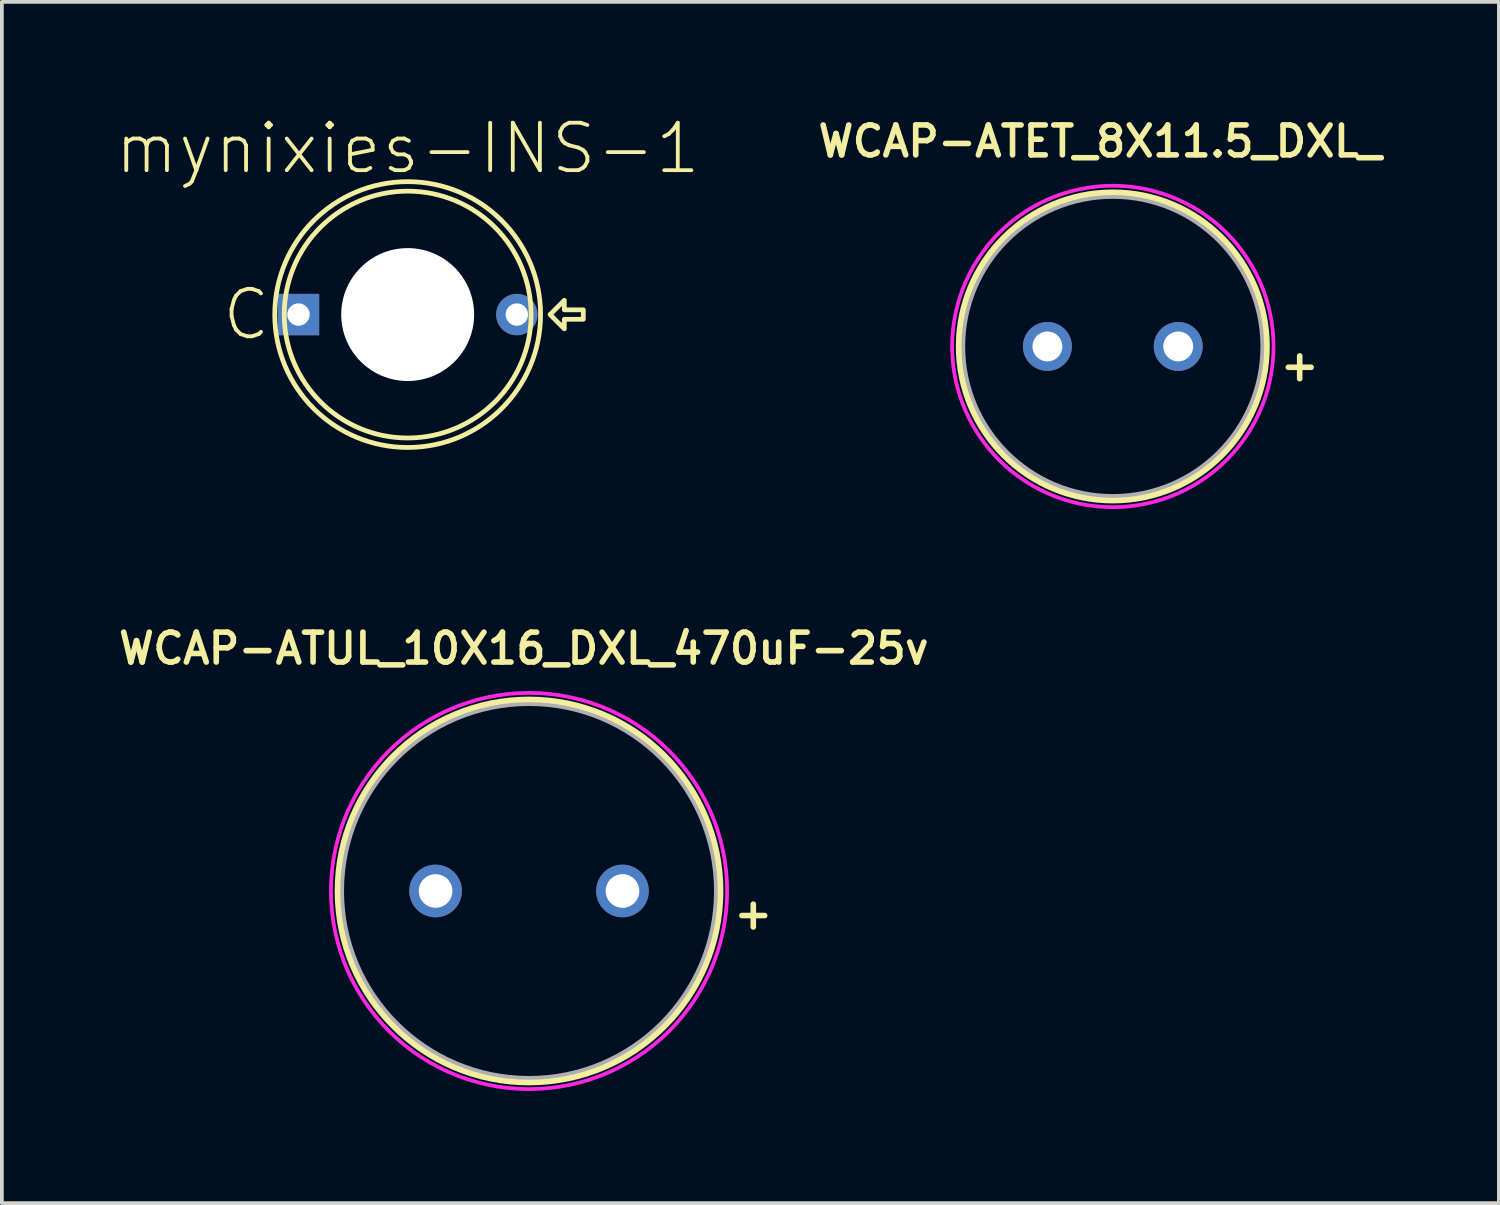
<source format=kicad_pcb>
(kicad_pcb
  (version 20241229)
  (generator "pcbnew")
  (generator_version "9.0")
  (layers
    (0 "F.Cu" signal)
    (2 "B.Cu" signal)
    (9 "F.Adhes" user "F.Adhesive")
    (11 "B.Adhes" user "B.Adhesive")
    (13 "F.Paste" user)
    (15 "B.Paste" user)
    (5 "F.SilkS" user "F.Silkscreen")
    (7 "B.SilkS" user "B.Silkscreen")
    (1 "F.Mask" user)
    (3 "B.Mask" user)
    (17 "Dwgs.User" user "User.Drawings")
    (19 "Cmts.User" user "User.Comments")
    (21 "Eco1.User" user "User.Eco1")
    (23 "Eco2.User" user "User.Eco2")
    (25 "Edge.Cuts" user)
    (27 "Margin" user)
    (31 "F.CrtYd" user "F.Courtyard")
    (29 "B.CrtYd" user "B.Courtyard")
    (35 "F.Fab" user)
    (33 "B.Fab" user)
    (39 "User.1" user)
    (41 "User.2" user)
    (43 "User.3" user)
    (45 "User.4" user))
  (footprint "WCAP-ATUL_10X16_DXL_470uF-25v"
    (layer "F.Cu")
    (at 11.104 20.788)
    (property "Reference" "WCAP-ATUL_10X16_DXL_470uF-25v" (at -0.14 -6.488 0) (layer "F.SilkS") (effects (font (size 0.8 0.8) (thickness 0.15))))
    (attr through_hole)
    (fp_circle (center 0 0) (end 5.1 0) (stroke (width 0.2) (type solid)) (fill no) (layer "F.SilkS"))
    (fp_poly (pts (xy 0 5.3) (xy -0.277 5.293) (xy -0.554 5.271) (xy -0.829 5.235) (xy -1.102 5.184) (xy -1.372 5.119) (xy -1.638 5.041) (xy -1.899 4.948) (xy -2.156 4.842) (xy -2.406 4.722) (xy -2.65 4.59) (xy -2.887 4.445) (xy -3.115 4.288) (xy -3.335 4.119) (xy -3.546 3.939) (xy -3.748 3.748) (xy -3.939 3.546) (xy -4.119 3.335) (xy -4.288 3.115) (xy -4.445 2.887) (xy -4.59 2.65) (xy -4.722 2.406) (xy -4.842 2.156) (xy -4.948 1.899) (xy -5.041 1.638) (xy -5.119 1.372) (xy -5.184 1.102) (xy -5.235 0.829) (xy -5.271 0.554) (xy -5.293 0.277) (xy -5.3 0) (xy -5.293 -0.277) (xy -5.271 -0.554) (xy -5.235 -0.829) (xy -5.184 -1.102) (xy -5.119 -1.372) (xy -5.041 -1.638) (xy -4.948 -1.899) (xy -4.842 -2.156) (xy -4.722 -2.406) (xy -4.59 -2.65) (xy -4.445 -2.887) (xy -4.288 -3.115) (xy -4.119 -3.335) (xy -3.939 -3.546) (xy -3.748 -3.748) (xy -3.546 -3.939) (xy -3.335 -4.119) (xy -3.115 -4.288) (xy -2.887 -4.445) (xy -2.65 -4.59) (xy -2.406 -4.722) (xy -2.156 -4.842) (xy -1.899 -4.948) (xy -1.638 -5.041) (xy -1.372 -5.119) (xy -1.102 -5.184) (xy -0.829 -5.235) (xy -0.554 -5.271) (xy -0.277 -5.293) (xy 0 -5.3) (xy 0.277 -5.293) (xy 0.554 -5.271) (xy 0.829 -5.235) (xy 1.102 -5.184) (xy 1.372 -5.119) (xy 1.638 -5.041) (xy 1.899 -4.948) (xy 2.156 -4.842) (xy 2.406 -4.722) (xy 2.65 -4.59) (xy 2.887 -4.445) (xy 3.115 -4.288) (xy 3.335 -4.119) (xy 3.546 -3.939) (xy 3.748 -3.748) (xy 3.939 -3.546) (xy 4.119 -3.335) (xy 4.288 -3.115) (xy 4.445 -2.887) (xy 4.59 -2.65) (xy 4.722 -2.406) (xy 4.842 -2.156) (xy 4.948 -1.899) (xy 5.041 -1.638) (xy 5.119 -1.372) (xy 5.184 -1.102) (xy 5.235 -0.829) (xy 5.271 -0.554) (xy 5.293 -0.277) (xy 5.3 0) (xy 5.293 0.277) (xy 5.271 0.554) (xy 5.235 0.829) (xy 5.184 1.102) (xy 5.119 1.372) (xy 5.041 1.638) (xy 4.948 1.899) (xy 4.842 2.156) (xy 4.722 2.406) (xy 4.59 2.65) (xy 4.445 2.887) (xy 4.288 3.115) (xy 4.119 3.335) (xy 3.939 3.546) (xy 3.748 3.748) (xy 3.546 3.939) (xy 3.335 4.119) (xy 3.115 4.288) (xy 2.887 4.445) (xy 2.65 4.59) (xy 2.406 4.722) (xy 2.156 4.842) (xy 1.899 4.948) (xy 1.638 5.041) (xy 1.372 5.119) (xy 1.102 5.184) (xy 0.829 5.235) (xy 0.554 5.271) (xy 0.277 5.293) (xy 0 5.3)) (stroke (width 0.1) (type solid)) (fill no) (layer "F.CrtYd"))
    (fp_circle (center 0 0) (end 5 0) (stroke (width 0.1) (type solid)) (fill no) (layer "F.Fab"))
    (fp_text user "+" (at 6 0.6 0) (layer "F.SilkS") (effects (font (size 0.8 0.8) (thickness 0.15))))
    (pad "1" thru_hole circle (at 2.5 0) (size 1.408 1.408) (drill 0.9) (layers "*.Cu" "*.Mask"))
    (pad "2" thru_hole circle (at -2.5 0) (size 1.408 1.408) (drill 0.9) (layers "*.Cu" "*.Mask")))
  (footprint "mynixies-INS-1"
    (layer "F.Cu")
    (at 7.857 5.366)
    (property "Reference" "mynixies-INS-1" (at 0 -4.445 0) (layer "F.SilkS") (effects (font (size 1.27 1.27) (thickness 0.102))))
    (attr exclude_from_pos_files exclude_from_bom)
    (fp_circle (center 0 0) (end 0 -3.556) (stroke (width 0.127) (type solid)) (fill no) (layer "F.SilkS"))
    (fp_circle (center 0 0) (end 0 -3.302) (stroke (width 0.127) (type solid)) (fill no) (layer "F.SilkS"))
    (fp_poly (pts (xy 3.81 0) (xy 4.191 -0.381) (xy 4.191 -0.127) (xy 4.699 -0.127) (xy 4.699 0.127) (xy 4.191 0.127) (xy 4.191 0.381) (xy 3.81 0)) (stroke (width 0.127) (type solid)) (fill no) (layer "F.SilkS"))
    (fp_text user "C" (at -4.318 0 0) (layer "F.SilkS") (effects (font (size 1.27 1.27) (thickness 0.102))))
    (pad "" np_thru_hole circle (at 0 0) (size 3.556 3.556) (drill 3.556) (layers "*.Cu" "*.Mask"))
    (pad "P$1" thru_hole rect (at -2.921 0) (size 1.107 1.107) (drill 0.599) (layers "*.Cu" "*.Mask"))
    (pad "P$2" thru_hole circle (at 2.921 0) (size 1.107 1.107) (drill 0.599) (layers "*.Cu" "*.Mask")))
  (footprint "WCAP-ATET_8X11.5_DXL_"
    (layer "F.Cu")
    (at 26.723 6.219)
    (property "Reference" "WCAP-ATET_8X11.5_DXL_" (at -0.34 -5.488 0) (layer "F.SilkS") (effects (font (size 0.8 0.8) (thickness 0.15))))
    (attr through_hole)
    (fp_circle (center 0 0) (end 4.1 0) (stroke (width 0.2) (type solid)) (fill no) (layer "F.SilkS"))
    (fp_poly (pts (xy 0 4.3) (xy -0.225 4.294) (xy -0.449 4.276) (xy -0.673 4.247) (xy -0.894 4.206) (xy -1.113 4.153) (xy -1.329 4.09) (xy -1.541 4.014) (xy -1.749 3.928) (xy -1.952 3.831) (xy -2.15 3.724) (xy -2.342 3.606) (xy -2.527 3.479) (xy -2.706 3.342) (xy -2.877 3.196) (xy -3.041 3.041) (xy -3.196 2.877) (xy -3.342 2.706) (xy -3.479 2.527) (xy -3.606 2.342) (xy -3.724 2.15) (xy -3.831 1.952) (xy -3.928 1.749) (xy -4.014 1.541) (xy -4.09 1.329) (xy -4.153 1.113) (xy -4.206 0.894) (xy -4.247 0.673) (xy -4.276 0.449) (xy -4.294 0.225) (xy -4.3 0) (xy -4.294 -0.225) (xy -4.276 -0.449) (xy -4.247 -0.673) (xy -4.206 -0.894) (xy -4.153 -1.113) (xy -4.09 -1.329) (xy -4.014 -1.541) (xy -3.928 -1.749) (xy -3.831 -1.952) (xy -3.724 -2.15) (xy -3.606 -2.342) (xy -3.479 -2.527) (xy -3.342 -2.706) (xy -3.196 -2.877) (xy -3.041 -3.041) (xy -2.877 -3.196) (xy -2.706 -3.342) (xy -2.527 -3.479) (xy -2.342 -3.606) (xy -2.15 -3.724) (xy -1.952 -3.831) (xy -1.749 -3.928) (xy -1.541 -4.014) (xy -1.329 -4.09) (xy -1.113 -4.153) (xy -0.894 -4.206) (xy -0.673 -4.247) (xy -0.449 -4.276) (xy -0.225 -4.294) (xy 0 -4.3) (xy 0.225 -4.294) (xy 0.449 -4.276) (xy 0.673 -4.247) (xy 0.894 -4.206) (xy 1.113 -4.153) (xy 1.329 -4.09) (xy 1.541 -4.014) (xy 1.749 -3.928) (xy 1.952 -3.831) (xy 2.15 -3.724) (xy 2.342 -3.606) (xy 2.527 -3.479) (xy 2.706 -3.342) (xy 2.877 -3.196) (xy 3.041 -3.041) (xy 3.196 -2.877) (xy 3.342 -2.706) (xy 3.479 -2.527) (xy 3.606 -2.342) (xy 3.724 -2.15) (xy 3.831 -1.952) (xy 3.928 -1.749) (xy 4.014 -1.541) (xy 4.09 -1.329) (xy 4.153 -1.113) (xy 4.206 -0.894) (xy 4.247 -0.673) (xy 4.276 -0.449) (xy 4.294 -0.225) (xy 4.3 0) (xy 4.294 0.225) (xy 4.276 0.449) (xy 4.247 0.673) (xy 4.206 0.894) (xy 4.153 1.113) (xy 4.09 1.329) (xy 4.014 1.541) (xy 3.928 1.749) (xy 3.831 1.952) (xy 3.724 2.15) (xy 3.606 2.342) (xy 3.479 2.527) (xy 3.342 2.706) (xy 3.196 2.877) (xy 3.041 3.041) (xy 2.877 3.196) (xy 2.706 3.342) (xy 2.527 3.479) (xy 2.342 3.606) (xy 2.15 3.724) (xy 1.952 3.831) (xy 1.749 3.928) (xy 1.541 4.014) (xy 1.329 4.09) (xy 1.113 4.153) (xy 0.894 4.206) (xy 0.673 4.247) (xy 0.449 4.276) (xy 0.225 4.294) (xy 0 4.3)) (stroke (width 0.1) (type solid)) (fill no) (layer "F.CrtYd"))
    (fp_circle (center 0 0) (end 4 0) (stroke (width 0.1) (type solid)) (fill no) (layer "F.Fab"))
    (fp_text user "+" (at 5 0.5 0) (layer "F.SilkS") (effects (font (size 0.8 0.8) (thickness 0.15))))
    (pad "1" thru_hole circle (at 1.75 0) (size 1.308 1.308) (drill 0.8) (layers "*.Cu" "*.Mask"))
    (pad "2" thru_hole circle (at -1.75 0) (size 1.308 1.308) (drill 0.8) (layers "*.Cu" "*.Mask")))
  (gr_rect
    (start -3 -3)
    (end 37.052 29.139)
    (stroke (width 0.1) (type default))
    (fill no)
    (layer "Edge.Cuts")))
</source>
